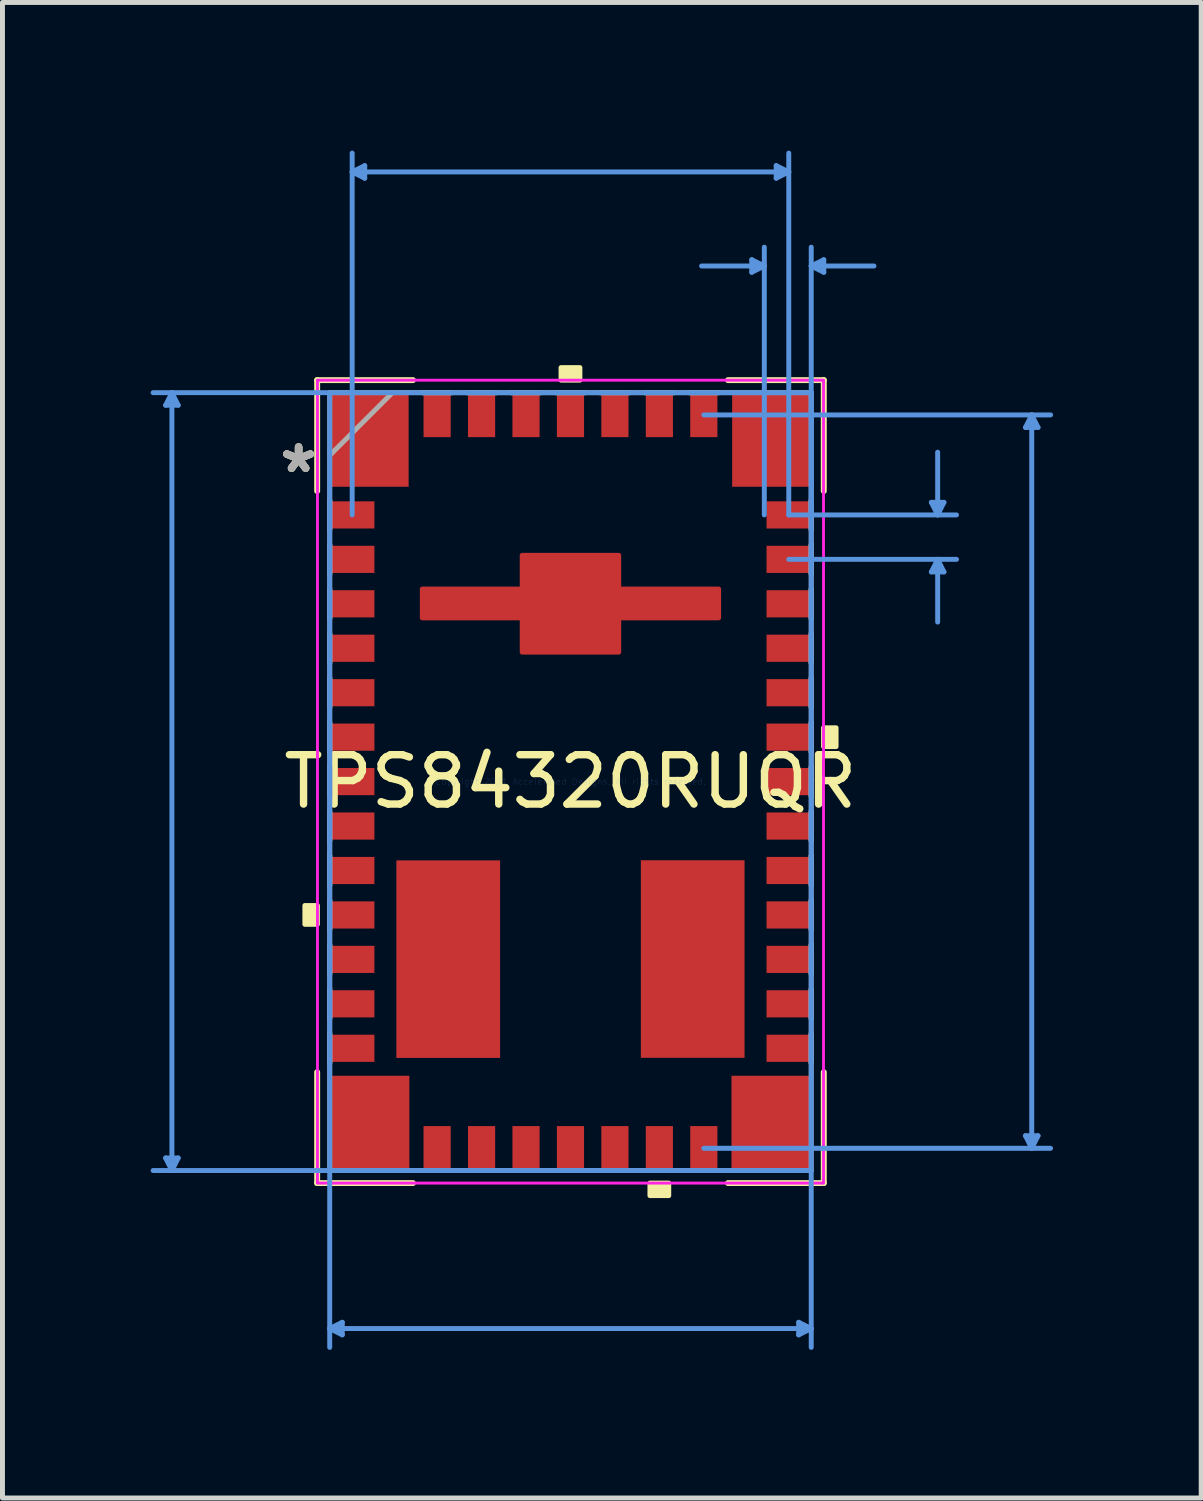
<source format=kicad_pcb>
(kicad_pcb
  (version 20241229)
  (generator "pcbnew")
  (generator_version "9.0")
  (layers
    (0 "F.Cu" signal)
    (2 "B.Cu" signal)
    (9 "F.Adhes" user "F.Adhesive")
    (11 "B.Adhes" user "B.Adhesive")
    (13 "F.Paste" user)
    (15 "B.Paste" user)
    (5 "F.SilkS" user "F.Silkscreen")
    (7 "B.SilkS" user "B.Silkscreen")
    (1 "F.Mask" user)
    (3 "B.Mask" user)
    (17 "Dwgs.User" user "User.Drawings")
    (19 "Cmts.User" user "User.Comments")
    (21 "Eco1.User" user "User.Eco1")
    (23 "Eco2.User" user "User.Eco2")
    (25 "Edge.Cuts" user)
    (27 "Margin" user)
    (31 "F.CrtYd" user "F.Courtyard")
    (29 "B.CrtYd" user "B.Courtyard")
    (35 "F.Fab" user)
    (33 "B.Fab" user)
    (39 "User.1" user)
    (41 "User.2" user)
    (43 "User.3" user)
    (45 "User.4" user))
  (footprint "TPS84320RUQR"
    (layer "F.Cu")
    (at 8.501 12.776)
    (property "Reference" "TPS84320RUQR" (at 0 0 0) (layer "F.SilkS") (effects (font (size 1 1) (thickness 0.15))))
    (attr through_hole)
    (fp_poly (pts (xy -3 -3.899) (xy -3 -3.316) (xy -0.977 -3.316) (xy -0.977 -2.622) (xy 0.977 -2.622) (xy 0.977 -3.316) (xy 3 -3.316) (xy 3 -3.899) (xy 0.977 -3.899) (xy 0.977 -4.581) (xy -0.977 -4.581) (xy -0.977 -3.899)) (stroke (width 0.1) (type solid)) (fill yes) (layer "F.Cu"))
    (fp_poly (pts (xy -4.94 -5.745) (xy -4.94 -5.054) (xy -3.9 -5.054) (xy -3.9 -5.745)) (stroke (width 0.1) (type solid)) (fill yes) (layer "F.Mask"))
    (fp_poly (pts (xy -4.94 -4.845) (xy -4.94 -4.155) (xy -3.9 -4.155) (xy -3.9 -4.845)) (stroke (width 0.1) (type solid)) (fill yes) (layer "F.Mask"))
    (fp_poly (pts (xy -4.94 -3.945) (xy -4.94 -3.255) (xy -3.9 -3.255) (xy -3.9 -3.945)) (stroke (width 0.1) (type solid)) (fill yes) (layer "F.Mask"))
    (fp_poly (pts (xy -4.94 -3.045) (xy -4.94 -2.355) (xy -3.9 -2.355) (xy -3.9 -3.045)) (stroke (width 0.1) (type solid)) (fill yes) (layer "F.Mask"))
    (fp_poly (pts (xy -4.94 -2.145) (xy -4.94 -1.455) (xy -3.9 -1.455) (xy -3.9 -2.145)) (stroke (width 0.1) (type solid)) (fill yes) (layer "F.Mask"))
    (fp_poly (pts (xy -4.94 -1.245) (xy -4.94 -0.555) (xy -3.9 -0.555) (xy -3.9 -1.245)) (stroke (width 0.1) (type solid)) (fill yes) (layer "F.Mask"))
    (fp_poly (pts (xy -4.94 -0.345) (xy -4.94 0.345) (xy -3.9 0.345) (xy -3.9 -0.345)) (stroke (width 0.1) (type solid)) (fill yes) (layer "F.Mask"))
    (fp_poly (pts (xy -4.94 0.555) (xy -4.94 1.245) (xy -3.9 1.245) (xy -3.9 0.555)) (stroke (width 0.1) (type solid)) (fill yes) (layer "F.Mask"))
    (fp_poly (pts (xy -4.94 1.455) (xy -4.94 2.145) (xy -3.9 2.145) (xy -3.9 1.455)) (stroke (width 0.1) (type solid)) (fill yes) (layer "F.Mask"))
    (fp_poly (pts (xy -4.94 2.355) (xy -4.94 3.045) (xy -3.9 3.045) (xy -3.9 2.355)) (stroke (width 0.1) (type solid)) (fill yes) (layer "F.Mask"))
    (fp_poly (pts (xy -4.94 3.255) (xy -4.94 3.945) (xy -3.9 3.945) (xy -3.9 3.255)) (stroke (width 0.1) (type solid)) (fill yes) (layer "F.Mask"))
    (fp_poly (pts (xy -4.94 4.155) (xy -4.94 4.845) (xy -3.9 4.845) (xy -3.9 4.155)) (stroke (width 0.1) (type solid)) (fill yes) (layer "F.Mask"))
    (fp_poly (pts (xy -4.94 5.054) (xy -4.94 5.745) (xy -3.9 5.745) (xy -3.9 5.054)) (stroke (width 0.1) (type solid)) (fill yes) (layer "F.Mask"))
    (fp_poly (pts (xy -4.665 -7.57) (xy -4.665 -5.958) (xy -3.285 -5.958) (xy -3.285 -7.57)) (stroke (width 0.1) (type solid)) (fill yes) (layer "F.Mask"))
    (fp_poly (pts (xy -4.665 5.958) (xy -4.665 7.57) (xy -3.285 7.57) (xy -3.285 5.958)) (stroke (width 0.1) (type solid)) (fill yes) (layer "F.Mask"))
    (fp_poly (pts (xy -3.045 -7.945) (xy -3.045 -6.905) (xy -2.355 -6.905) (xy -2.355 -7.945)) (stroke (width 0.1) (type solid)) (fill yes) (layer "F.Mask"))
    (fp_poly (pts (xy -3.045 6.905) (xy -3.045 7.945) (xy -2.355 7.945) (xy -2.355 6.905)) (stroke (width 0.1) (type solid)) (fill yes) (layer "F.Mask"))
    (fp_poly (pts (xy -2.145 -7.945) (xy -2.145 -6.905) (xy -1.455 -6.905) (xy -1.455 -7.945)) (stroke (width 0.1) (type solid)) (fill yes) (layer "F.Mask"))
    (fp_poly (pts (xy -2.145 6.905) (xy -2.145 7.945) (xy -1.455 7.945) (xy -1.455 6.905)) (stroke (width 0.1) (type solid)) (fill yes) (layer "F.Mask"))
    (fp_poly (pts (xy -1.245 -7.945) (xy -1.245 -6.905) (xy -0.555 -6.905) (xy -0.555 -7.945)) (stroke (width 0.1) (type solid)) (fill yes) (layer "F.Mask"))
    (fp_poly (pts (xy -1.245 6.905) (xy -1.245 7.945) (xy -0.555 7.945) (xy -0.555 6.905)) (stroke (width 0.1) (type solid)) (fill yes) (layer "F.Mask"))
    (fp_poly (pts (xy -0.345 -7.945) (xy -0.345 -6.905) (xy 0.345 -6.905) (xy 0.345 -7.945)) (stroke (width 0.1) (type solid)) (fill yes) (layer "F.Mask"))
    (fp_poly (pts (xy -0.345 6.905) (xy -0.345 7.945) (xy 0.345 7.945) (xy 0.345 6.905)) (stroke (width 0.1) (type solid)) (fill yes) (layer "F.Mask"))
    (fp_poly (pts (xy 0.555 -7.945) (xy 0.555 -6.905) (xy 1.245 -6.905) (xy 1.245 -7.945)) (stroke (width 0.1) (type solid)) (fill yes) (layer "F.Mask"))
    (fp_poly (pts (xy 0.555 6.905) (xy 0.555 7.945) (xy 1.245 7.945) (xy 1.245 6.905)) (stroke (width 0.1) (type solid)) (fill yes) (layer "F.Mask"))
    (fp_poly (pts (xy 1.455 -7.945) (xy 1.455 -6.905) (xy 2.145 -6.905) (xy 2.145 -7.945)) (stroke (width 0.1) (type solid)) (fill yes) (layer "F.Mask"))
    (fp_poly (pts (xy 1.455 6.905) (xy 1.455 7.945) (xy 2.145 7.945) (xy 2.145 6.905)) (stroke (width 0.1) (type solid)) (fill yes) (layer "F.Mask"))
    (fp_poly (pts (xy 2.355 -7.945) (xy 2.355 -6.905) (xy 3.045 -6.905) (xy 3.045 -7.945)) (stroke (width 0.1) (type solid)) (fill yes) (layer "F.Mask"))
    (fp_poly (pts (xy 2.355 6.905) (xy 2.355 7.945) (xy 3.045 7.945) (xy 3.045 6.905)) (stroke (width 0.1) (type solid)) (fill yes) (layer "F.Mask"))
    (fp_poly (pts (xy 3.285 -7.57) (xy 3.285 -5.958) (xy 4.665 -5.958) (xy 4.665 -7.57)) (stroke (width 0.1) (type solid)) (fill yes) (layer "F.Mask"))
    (fp_poly (pts (xy 3.285 5.958) (xy 3.285 7.57) (xy 4.665 7.57) (xy 4.665 5.958)) (stroke (width 0.1) (type solid)) (fill yes) (layer "F.Mask"))
    (fp_poly (pts (xy 3.9 -5.745) (xy 3.9 -5.054) (xy 4.94 -5.054) (xy 4.94 -5.745)) (stroke (width 0.1) (type solid)) (fill yes) (layer "F.Mask"))
    (fp_poly (pts (xy 3.9 -4.845) (xy 3.9 -4.155) (xy 4.94 -4.155) (xy 4.94 -4.845)) (stroke (width 0.1) (type solid)) (fill yes) (layer "F.Mask"))
    (fp_poly (pts (xy 3.9 -3.945) (xy 3.9 -3.255) (xy 4.94 -3.255) (xy 4.94 -3.945)) (stroke (width 0.1) (type solid)) (fill yes) (layer "F.Mask"))
    (fp_poly (pts (xy 3.9 -3.045) (xy 3.9 -2.355) (xy 4.94 -2.355) (xy 4.94 -3.045)) (stroke (width 0.1) (type solid)) (fill yes) (layer "F.Mask"))
    (fp_poly (pts (xy 3.9 -2.145) (xy 3.9 -1.455) (xy 4.94 -1.455) (xy 4.94 -2.145)) (stroke (width 0.1) (type solid)) (fill yes) (layer "F.Mask"))
    (fp_poly (pts (xy 3.9 -1.245) (xy 3.9 -0.555) (xy 4.94 -0.555) (xy 4.94 -1.245)) (stroke (width 0.1) (type solid)) (fill yes) (layer "F.Mask"))
    (fp_poly (pts (xy 3.9 -0.345) (xy 3.9 0.345) (xy 4.94 0.345) (xy 4.94 -0.345)) (stroke (width 0.1) (type solid)) (fill yes) (layer "F.Mask"))
    (fp_poly (pts (xy 3.9 0.555) (xy 3.9 1.245) (xy 4.94 1.245) (xy 4.94 0.555)) (stroke (width 0.1) (type solid)) (fill yes) (layer "F.Mask"))
    (fp_poly (pts (xy 3.9 1.455) (xy 3.9 2.145) (xy 4.94 2.145) (xy 4.94 1.455)) (stroke (width 0.1) (type solid)) (fill yes) (layer "F.Mask"))
    (fp_poly (pts (xy 3.9 2.355) (xy 3.9 3.045) (xy 4.94 3.045) (xy 4.94 2.355)) (stroke (width 0.1) (type solid)) (fill yes) (layer "F.Mask"))
    (fp_poly (pts (xy 3.9 3.255) (xy 3.9 3.945) (xy 4.94 3.945) (xy 4.94 3.255)) (stroke (width 0.1) (type solid)) (fill yes) (layer "F.Mask"))
    (fp_poly (pts (xy 3.9 4.155) (xy 3.9 4.845) (xy 4.94 4.845) (xy 4.94 4.155)) (stroke (width 0.1) (type solid)) (fill yes) (layer "F.Mask"))
    (fp_poly (pts (xy 3.9 5.054) (xy 3.9 5.745) (xy 4.94 5.745) (xy 4.94 5.054)) (stroke (width 0.1) (type solid)) (fill yes) (layer "F.Mask"))
    (fp_line (start -5.129 -8.129) (end -5.129 -5.883) (stroke (width 0.12) (type solid)) (layer "F.SilkS"))
    (fp_line (start -5.129 5.883) (end -5.129 8.129) (stroke (width 0.12) (type solid)) (layer "F.SilkS"))
    (fp_line (start -5.129 8.129) (end -3.19 8.129) (stroke (width 0.12) (type solid)) (layer "F.SilkS"))
    (fp_line (start -3.19 -8.129) (end -5.129 -8.129) (stroke (width 0.12) (type solid)) (layer "F.SilkS"))
    (fp_line (start 3.19 8.129) (end 5.129 8.129) (stroke (width 0.12) (type solid)) (layer "F.SilkS"))
    (fp_line (start 5.129 -8.129) (end 3.19 -8.129) (stroke (width 0.12) (type solid)) (layer "F.SilkS"))
    (fp_line (start 5.129 -5.883) (end 5.129 -8.129) (stroke (width 0.12) (type solid)) (layer "F.SilkS"))
    (fp_line (start 5.129 8.129) (end 5.129 5.883) (stroke (width 0.12) (type solid)) (layer "F.SilkS"))
    (fp_poly (pts (xy -5.378 2.509) (xy -5.378 2.89) (xy -5.124 2.89) (xy -5.124 2.509)) (stroke (width 0.1) (type solid)) (fill yes) (layer "F.SilkS"))
    (fp_poly (pts (xy -0.191 -8.129) (xy -0.191 -8.383) (xy 0.191 -8.383) (xy 0.191 -8.129)) (stroke (width 0.1) (type solid)) (fill yes) (layer "F.SilkS"))
    (fp_poly (pts (xy 1.609 8.129) (xy 1.609 8.383) (xy 1.99 8.383) (xy 1.99 8.129)) (stroke (width 0.1) (type solid)) (fill yes) (layer "F.SilkS"))
    (fp_poly (pts (xy 5.378 -1.09) (xy 5.378 -0.709) (xy 5.124 -0.709) (xy 5.124 -1.09)) (stroke (width 0.1) (type solid)) (fill yes) (layer "F.SilkS"))
    (fp_poly (pts (xy -4.845 -5.65) (xy -4.845 -5.149) (xy -3.995 -5.149) (xy -3.995 -5.65)) (stroke (width 0.1) (type solid)) (fill yes) (layer "F.Paste"))
    (fp_poly (pts (xy -4.845 -4.75) (xy -4.845 -4.25) (xy -3.995 -4.25) (xy -3.995 -4.75)) (stroke (width 0.1) (type solid)) (fill yes) (layer "F.Paste"))
    (fp_poly (pts (xy -4.845 -3.85) (xy -4.845 -3.35) (xy -3.995 -3.35) (xy -3.995 -3.85)) (stroke (width 0.1) (type solid)) (fill yes) (layer "F.Paste"))
    (fp_poly (pts (xy -4.845 -2.95) (xy -4.845 -2.45) (xy -3.995 -2.45) (xy -3.995 -2.95)) (stroke (width 0.1) (type solid)) (fill yes) (layer "F.Paste"))
    (fp_poly (pts (xy -4.845 -2.05) (xy -4.845 -1.55) (xy -3.995 -1.55) (xy -3.995 -2.05)) (stroke (width 0.1) (type solid)) (fill yes) (layer "F.Paste"))
    (fp_poly (pts (xy -4.845 -1.15) (xy -4.845 -0.65) (xy -3.995 -0.65) (xy -3.995 -1.15)) (stroke (width 0.1) (type solid)) (fill yes) (layer "F.Paste"))
    (fp_poly (pts (xy -4.845 -0.25) (xy -4.845 0.25) (xy -3.995 0.25) (xy -3.995 -0.25)) (stroke (width 0.1) (type solid)) (fill yes) (layer "F.Paste"))
    (fp_poly (pts (xy -4.845 0.65) (xy -4.845 1.15) (xy -3.995 1.15) (xy -3.995 0.65)) (stroke (width 0.1) (type solid)) (fill yes) (layer "F.Paste"))
    (fp_poly (pts (xy -4.845 1.55) (xy -4.845 2.05) (xy -3.995 2.05) (xy -3.995 1.55)) (stroke (width 0.1) (type solid)) (fill yes) (layer "F.Paste"))
    (fp_poly (pts (xy -4.845 2.45) (xy -4.845 2.95) (xy -3.995 2.95) (xy -3.995 2.45)) (stroke (width 0.1) (type solid)) (fill yes) (layer "F.Paste"))
    (fp_poly (pts (xy -4.845 3.35) (xy -4.845 3.85) (xy -3.995 3.85) (xy -3.995 3.35)) (stroke (width 0.1) (type solid)) (fill yes) (layer "F.Paste"))
    (fp_poly (pts (xy -4.845 4.25) (xy -4.845 4.75) (xy -3.995 4.75) (xy -3.995 4.25)) (stroke (width 0.1) (type solid)) (fill yes) (layer "F.Paste"))
    (fp_poly (pts (xy -4.845 5.149) (xy -4.845 5.65) (xy -3.995 5.65) (xy -3.995 5.149)) (stroke (width 0.1) (type solid)) (fill yes) (layer "F.Paste"))
    (fp_poly (pts (xy -4.57 -7.475) (xy -4.57 -6.053) (xy -3.38 -6.053) (xy -3.38 -7.475)) (stroke (width 0.1) (type solid)) (fill yes) (layer "F.Paste"))
    (fp_poly (pts (xy -4.57 6.053) (xy -4.57 7.475) (xy -3.38 7.475) (xy -3.38 6.053)) (stroke (width 0.1) (type solid)) (fill yes) (layer "F.Paste"))
    (fp_poly (pts (xy -3.251 1.829) (xy -3.251 3.454) (xy -2.616 3.454) (xy -2.616 1.829)) (stroke (width 0.1) (type solid)) (fill yes) (layer "F.Paste"))
    (fp_poly (pts (xy -3.251 3.708) (xy -3.251 5.334) (xy -2.616 5.334) (xy -2.616 3.708)) (stroke (width 0.1) (type solid)) (fill yes) (layer "F.Paste"))
    (fp_poly (pts (xy -2.95 -7.85) (xy -2.95 -7) (xy -2.45 -7) (xy -2.45 -7.85)) (stroke (width 0.1) (type solid)) (fill yes) (layer "F.Paste"))
    (fp_poly (pts (xy -2.95 7) (xy -2.95 7.85) (xy -2.45 7.85) (xy -2.45 7)) (stroke (width 0.1) (type solid)) (fill yes) (layer "F.Paste"))
    (fp_poly (pts (xy -2.311 1.829) (xy -2.311 3.454) (xy -1.676 3.454) (xy -1.676 1.829)) (stroke (width 0.1) (type solid)) (fill yes) (layer "F.Paste"))
    (fp_poly (pts (xy -2.311 3.708) (xy -2.311 5.334) (xy -1.676 5.334) (xy -1.676 3.708)) (stroke (width 0.1) (type solid)) (fill yes) (layer "F.Paste"))
    (fp_poly (pts (xy -2.05 -7.85) (xy -2.05 -7) (xy -1.55 -7) (xy -1.55 -7.85)) (stroke (width 0.1) (type solid)) (fill yes) (layer "F.Paste"))
    (fp_poly (pts (xy -2.05 7) (xy -2.05 7.85) (xy -1.55 7.85) (xy -1.55 7)) (stroke (width 0.1) (type solid)) (fill yes) (layer "F.Paste"))
    (fp_poly (pts (xy -1.15 -7.85) (xy -1.15 -7) (xy -0.65 -7) (xy -0.65 -7.85)) (stroke (width 0.1) (type solid)) (fill yes) (layer "F.Paste"))
    (fp_poly (pts (xy -1.15 7) (xy -1.15 7.85) (xy -0.65 7.85) (xy -0.65 7)) (stroke (width 0.1) (type solid)) (fill yes) (layer "F.Paste"))
    (fp_poly (pts (xy -0.975 -4.58) (xy -0.975 -2.63) (xy 0.975 -2.63) (xy 0.975 -4.58)) (stroke (width 0.1) (type solid)) (fill yes) (layer "F.Paste"))
    (fp_poly (pts (xy -0.762 -4.369) (xy -0.762 -3.734) (xy -0.127 -3.734) (xy -0.127 -4.369)) (stroke (width 0.1) (type solid)) (fill yes) (layer "F.Paste"))
    (fp_poly (pts (xy -0.762 -3.48) (xy -0.762 -2.845) (xy -0.127 -2.845) (xy -0.127 -3.48)) (stroke (width 0.1) (type solid)) (fill yes) (layer "F.Paste"))
    (fp_poly (pts (xy -0.25 -7.85) (xy -0.25 -7) (xy 0.25 -7) (xy 0.25 -7.85)) (stroke (width 0.1) (type solid)) (fill yes) (layer "F.Paste"))
    (fp_poly (pts (xy -0.25 7) (xy -0.25 7.85) (xy 0.25 7.85) (xy 0.25 7)) (stroke (width 0.1) (type solid)) (fill yes) (layer "F.Paste"))
    (fp_poly (pts (xy 0.127 -4.369) (xy 0.127 -3.734) (xy 0.762 -3.734) (xy 0.762 -4.369)) (stroke (width 0.1) (type solid)) (fill yes) (layer "F.Paste"))
    (fp_poly (pts (xy 0.127 -3.48) (xy 0.127 -2.845) (xy 0.762 -2.845) (xy 0.762 -3.48)) (stroke (width 0.1) (type solid)) (fill yes) (layer "F.Paste"))
    (fp_poly (pts (xy 0.65 -7.85) (xy 0.65 -7) (xy 1.15 -7) (xy 1.15 -7.85)) (stroke (width 0.1) (type solid)) (fill yes) (layer "F.Paste"))
    (fp_poly (pts (xy 0.65 7) (xy 0.65 7.85) (xy 1.15 7.85) (xy 1.15 7)) (stroke (width 0.1) (type solid)) (fill yes) (layer "F.Paste"))
    (fp_poly (pts (xy 1.55 -7.85) (xy 1.55 -7) (xy 2.05 -7) (xy 2.05 -7.85)) (stroke (width 0.1) (type solid)) (fill yes) (layer "F.Paste"))
    (fp_poly (pts (xy 1.55 7) (xy 1.55 7.85) (xy 2.05 7.85) (xy 2.05 7)) (stroke (width 0.1) (type solid)) (fill yes) (layer "F.Paste"))
    (fp_poly (pts (xy 1.676 1.829) (xy 1.676 3.454) (xy 2.311 3.454) (xy 2.311 1.829)) (stroke (width 0.1) (type solid)) (fill yes) (layer "F.Paste"))
    (fp_poly (pts (xy 1.676 3.708) (xy 1.676 5.334) (xy 2.311 5.334) (xy 2.311 3.708)) (stroke (width 0.1) (type solid)) (fill yes) (layer "F.Paste"))
    (fp_poly (pts (xy 2.45 -7.85) (xy 2.45 -7) (xy 2.95 -7) (xy 2.95 -7.85)) (stroke (width 0.1) (type solid)) (fill yes) (layer "F.Paste"))
    (fp_poly (pts (xy 2.45 7) (xy 2.45 7.85) (xy 2.95 7.85) (xy 2.95 7)) (stroke (width 0.1) (type solid)) (fill yes) (layer "F.Paste"))
    (fp_poly (pts (xy 2.616 1.829) (xy 2.616 3.454) (xy 3.251 3.454) (xy 3.251 1.829)) (stroke (width 0.1) (type solid)) (fill yes) (layer "F.Paste"))
    (fp_poly (pts (xy 2.616 3.708) (xy 2.616 5.334) (xy 3.251 5.334) (xy 3.251 3.708)) (stroke (width 0.1) (type solid)) (fill yes) (layer "F.Paste"))
    (fp_poly (pts (xy 3.38 -7.475) (xy 3.38 -6.053) (xy 4.57 -6.053) (xy 4.57 -7.475)) (stroke (width 0.1) (type solid)) (fill yes) (layer "F.Paste"))
    (fp_poly (pts (xy 3.38 6.053) (xy 3.38 7.475) (xy 4.57 7.475) (xy 4.57 6.053)) (stroke (width 0.1) (type solid)) (fill yes) (layer "F.Paste"))
    (fp_poly (pts (xy 3.995 -5.65) (xy 3.995 -5.149) (xy 4.845 -5.149) (xy 4.845 -5.65)) (stroke (width 0.1) (type solid)) (fill yes) (layer "F.Paste"))
    (fp_poly (pts (xy 3.995 -4.75) (xy 3.995 -4.25) (xy 4.845 -4.25) (xy 4.845 -4.75)) (stroke (width 0.1) (type solid)) (fill yes) (layer "F.Paste"))
    (fp_poly (pts (xy 3.995 -3.85) (xy 3.995 -3.35) (xy 4.845 -3.35) (xy 4.845 -3.85)) (stroke (width 0.1) (type solid)) (fill yes) (layer "F.Paste"))
    (fp_poly (pts (xy 3.995 -2.95) (xy 3.995 -2.45) (xy 4.845 -2.45) (xy 4.845 -2.95)) (stroke (width 0.1) (type solid)) (fill yes) (layer "F.Paste"))
    (fp_poly (pts (xy 3.995 -2.05) (xy 3.995 -1.55) (xy 4.845 -1.55) (xy 4.845 -2.05)) (stroke (width 0.1) (type solid)) (fill yes) (layer "F.Paste"))
    (fp_poly (pts (xy 3.995 -1.15) (xy 3.995 -0.65) (xy 4.845 -0.65) (xy 4.845 -1.15)) (stroke (width 0.1) (type solid)) (fill yes) (layer "F.Paste"))
    (fp_poly (pts (xy 3.995 -0.25) (xy 3.995 0.25) (xy 4.845 0.25) (xy 4.845 -0.25)) (stroke (width 0.1) (type solid)) (fill yes) (layer "F.Paste"))
    (fp_poly (pts (xy 3.995 0.65) (xy 3.995 1.15) (xy 4.845 1.15) (xy 4.845 0.65)) (stroke (width 0.1) (type solid)) (fill yes) (layer "F.Paste"))
    (fp_poly (pts (xy 3.995 1.55) (xy 3.995 2.05) (xy 4.845 2.05) (xy 4.845 1.55)) (stroke (width 0.1) (type solid)) (fill yes) (layer "F.Paste"))
    (fp_poly (pts (xy 3.995 2.45) (xy 3.995 2.95) (xy 4.845 2.95) (xy 4.845 2.45)) (stroke (width 0.1) (type solid)) (fill yes) (layer "F.Paste"))
    (fp_poly (pts (xy 3.995 3.35) (xy 3.995 3.85) (xy 4.845 3.85) (xy 4.845 3.35)) (stroke (width 0.1) (type solid)) (fill yes) (layer "F.Paste"))
    (fp_poly (pts (xy 3.995 4.25) (xy 3.995 4.75) (xy 4.845 4.75) (xy 4.845 4.25)) (stroke (width 0.1) (type solid)) (fill yes) (layer "F.Paste"))
    (fp_poly (pts (xy 3.995 5.149) (xy 3.995 5.65) (xy 4.845 5.65) (xy 4.845 5.149)) (stroke (width 0.1) (type solid)) (fill yes) (layer "F.Paste"))
    (fp_line (start -8.197 -7.621) (end -7.943 -7.621) (stroke (width 0.1) (type solid)) (layer "Cmts.User"))
    (fp_line (start -8.197 7.621) (end -7.943 7.621) (stroke (width 0.1) (type solid)) (layer "Cmts.User"))
    (fp_line (start -8.07 -7.875) (end -8.197 -7.621) (stroke (width 0.1) (type solid)) (layer "Cmts.User"))
    (fp_line (start -8.07 -7.875) (end -8.07 7.875) (stroke (width 0.1) (type solid)) (layer "Cmts.User"))
    (fp_line (start -8.07 -7.875) (end -7.943 -7.621) (stroke (width 0.1) (type solid)) (layer "Cmts.User"))
    (fp_line (start -8.07 7.875) (end -8.197 7.621) (stroke (width 0.1) (type solid)) (layer "Cmts.User"))
    (fp_line (start -8.07 7.875) (end -7.943 7.621) (stroke (width 0.1) (type solid)) (layer "Cmts.User"))
    (fp_line (start -4.875 -7.875) (end -4.875 11.456) (stroke (width 0.1) (type solid)) (layer "Cmts.User"))
    (fp_line (start -4.875 11.075) (end -4.621 10.948) (stroke (width 0.1) (type solid)) (layer "Cmts.User"))
    (fp_line (start -4.875 11.075) (end -4.621 11.202) (stroke (width 0.1) (type solid)) (layer "Cmts.User"))
    (fp_line (start -4.875 11.075) (end 4.875 11.075) (stroke (width 0.1) (type solid)) (layer "Cmts.User"))
    (fp_line (start -4.621 10.948) (end -4.621 11.202) (stroke (width 0.1) (type solid)) (layer "Cmts.User"))
    (fp_line (start -4.42 -12.345) (end -4.166 -12.472) (stroke (width 0.1) (type solid)) (layer "Cmts.User"))
    (fp_line (start -4.42 -12.345) (end -4.166 -12.218) (stroke (width 0.1) (type solid)) (layer "Cmts.User"))
    (fp_line (start -4.42 -12.345) (end 4.42 -12.345) (stroke (width 0.1) (type solid)) (layer "Cmts.User"))
    (fp_line (start -4.42 -5.4) (end -4.42 -12.726) (stroke (width 0.1) (type solid)) (layer "Cmts.User"))
    (fp_line (start -4.166 -12.472) (end -4.166 -12.218) (stroke (width 0.1) (type solid)) (layer "Cmts.User"))
    (fp_line (start 2.7 -7.425) (end 9.721 -7.425) (stroke (width 0.1) (type solid)) (layer "Cmts.User"))
    (fp_line (start 2.7 7.425) (end 9.721 7.425) (stroke (width 0.1) (type solid)) (layer "Cmts.User"))
    (fp_line (start 3.671 -10.567) (end 3.671 -10.313) (stroke (width 0.1) (type solid)) (layer "Cmts.User"))
    (fp_line (start 3.925 -10.44) (end 2.655 -10.44) (stroke (width 0.1) (type solid)) (layer "Cmts.User"))
    (fp_line (start 3.925 -10.44) (end 3.671 -10.567) (stroke (width 0.1) (type solid)) (layer "Cmts.User"))
    (fp_line (start 3.925 -10.44) (end 3.671 -10.313) (stroke (width 0.1) (type solid)) (layer "Cmts.User"))
    (fp_line (start 3.925 -5.4) (end 3.925 -10.821) (stroke (width 0.1) (type solid)) (layer "Cmts.User"))
    (fp_line (start 4.166 -12.472) (end 4.166 -12.218) (stroke (width 0.1) (type solid)) (layer "Cmts.User"))
    (fp_line (start 4.42 -12.345) (end 4.166 -12.472) (stroke (width 0.1) (type solid)) (layer "Cmts.User"))
    (fp_line (start 4.42 -12.345) (end 4.166 -12.218) (stroke (width 0.1) (type solid)) (layer "Cmts.User"))
    (fp_line (start 4.42 -5.4) (end 4.42 -12.726) (stroke (width 0.1) (type solid)) (layer "Cmts.User"))
    (fp_line (start 4.42 -5.4) (end 7.816 -5.4) (stroke (width 0.1) (type solid)) (layer "Cmts.User"))
    (fp_line (start 4.42 -4.5) (end 7.816 -4.5) (stroke (width 0.1) (type solid)) (layer "Cmts.User"))
    (fp_line (start 4.621 10.948) (end 4.621 11.202) (stroke (width 0.1) (type solid)) (layer "Cmts.User"))
    (fp_line (start 4.875 -10.44) (end 5.129 -10.567) (stroke (width 0.1) (type solid)) (layer "Cmts.User"))
    (fp_line (start 4.875 -10.44) (end 5.129 -10.313) (stroke (width 0.1) (type solid)) (layer "Cmts.User"))
    (fp_line (start 4.875 -10.44) (end 6.145 -10.44) (stroke (width 0.1) (type solid)) (layer "Cmts.User"))
    (fp_line (start 4.875 -7.875) (end -8.451 -7.875) (stroke (width 0.1) (type solid)) (layer "Cmts.User"))
    (fp_line (start 4.875 -7.875) (end 4.875 11.456) (stroke (width 0.1) (type solid)) (layer "Cmts.User"))
    (fp_line (start 4.875 -5.4) (end 4.875 -10.821) (stroke (width 0.1) (type solid)) (layer "Cmts.User"))
    (fp_line (start 4.875 7.875) (end -8.451 7.875) (stroke (width 0.1) (type solid)) (layer "Cmts.User"))
    (fp_line (start 4.875 11.075) (end 4.621 10.948) (stroke (width 0.1) (type solid)) (layer "Cmts.User"))
    (fp_line (start 4.875 11.075) (end 4.621 11.202) (stroke (width 0.1) (type solid)) (layer "Cmts.User"))
    (fp_line (start 5.129 -10.567) (end 5.129 -10.313) (stroke (width 0.1) (type solid)) (layer "Cmts.User"))
    (fp_line (start 7.308 -5.654) (end 7.562 -5.654) (stroke (width 0.1) (type solid)) (layer "Cmts.User"))
    (fp_line (start 7.308 -4.246) (end 7.562 -4.246) (stroke (width 0.1) (type solid)) (layer "Cmts.User"))
    (fp_line (start 7.435 -5.4) (end 7.308 -5.654) (stroke (width 0.1) (type solid)) (layer "Cmts.User"))
    (fp_line (start 7.435 -5.4) (end 7.435 -6.67) (stroke (width 0.1) (type solid)) (layer "Cmts.User"))
    (fp_line (start 7.435 -5.4) (end 7.562 -5.654) (stroke (width 0.1) (type solid)) (layer "Cmts.User"))
    (fp_line (start 7.435 -4.5) (end 7.308 -4.246) (stroke (width 0.1) (type solid)) (layer "Cmts.User"))
    (fp_line (start 7.435 -4.5) (end 7.435 -3.23) (stroke (width 0.1) (type solid)) (layer "Cmts.User"))
    (fp_line (start 7.435 -4.5) (end 7.562 -4.246) (stroke (width 0.1) (type solid)) (layer "Cmts.User"))
    (fp_line (start 9.213 -7.171) (end 9.467 -7.171) (stroke (width 0.1) (type solid)) (layer "Cmts.User"))
    (fp_line (start 9.213 7.171) (end 9.467 7.171) (stroke (width 0.1) (type solid)) (layer "Cmts.User"))
    (fp_line (start 9.34 -7.425) (end 9.213 -7.171) (stroke (width 0.1) (type solid)) (layer "Cmts.User"))
    (fp_line (start 9.34 -7.425) (end 9.34 7.425) (stroke (width 0.1) (type solid)) (layer "Cmts.User"))
    (fp_line (start 9.34 -7.425) (end 9.467 -7.171) (stroke (width 0.1) (type solid)) (layer "Cmts.User"))
    (fp_line (start 9.34 7.425) (end 9.213 7.171) (stroke (width 0.1) (type solid)) (layer "Cmts.User"))
    (fp_line (start 9.34 7.425) (end 9.467 7.171) (stroke (width 0.1) (type solid)) (layer "Cmts.User"))
    (fp_line (start -5.124 -8.129) (end 5.124 -8.129) (stroke (width 0.05) (type solid)) (layer "F.CrtYd"))
    (fp_line (start -5.124 -8.129) (end 5.124 -8.129) (stroke (width 0.05) (type solid)) (layer "F.CrtYd"))
    (fp_line (start -5.124 8.129) (end -5.124 -8.129) (stroke (width 0.05) (type solid)) (layer "F.CrtYd"))
    (fp_line (start -5.124 8.129) (end -5.124 -8.129) (stroke (width 0.05) (type solid)) (layer "F.CrtYd"))
    (fp_line (start 5.124 -8.129) (end 5.124 8.129) (stroke (width 0.05) (type solid)) (layer "F.CrtYd"))
    (fp_line (start 5.124 -8.129) (end 5.124 8.129) (stroke (width 0.05) (type solid)) (layer "F.CrtYd"))
    (fp_line (start 5.124 8.129) (end -5.124 8.129) (stroke (width 0.05) (type solid)) (layer "F.CrtYd"))
    (fp_line (start 5.124 8.129) (end -5.124 8.129) (stroke (width 0.05) (type solid)) (layer "F.CrtYd"))
    (fp_line (start -4.875 -7.875) (end -4.875 7.875) (stroke (width 0.1) (type solid)) (layer "F.Fab"))
    (fp_line (start -4.875 -6.605) (end -3.605 -7.875) (stroke (width 0.1) (type solid)) (layer "F.Fab"))
    (fp_line (start -4.875 -5.7) (end -4.875 -5.7) (stroke (width 0.1) (type solid)) (layer "F.Fab"))
    (fp_line (start -4.875 -5.7) (end -4.875 -5.1) (stroke (width 0.1) (type solid)) (layer "F.Fab"))
    (fp_line (start -4.875 -5.1) (end -4.875 -5.7) (stroke (width 0.1) (type solid)) (layer "F.Fab"))
    (fp_line (start -4.875 -5.1) (end -4.875 -5.1) (stroke (width 0.1) (type solid)) (layer "F.Fab"))
    (fp_line (start -4.875 -4.8) (end -4.875 -4.8) (stroke (width 0.1) (type solid)) (layer "F.Fab"))
    (fp_line (start -4.875 -4.8) (end -4.875 -4.2) (stroke (width 0.1) (type solid)) (layer "F.Fab"))
    (fp_line (start -4.875 -4.2) (end -4.875 -4.8) (stroke (width 0.1) (type solid)) (layer "F.Fab"))
    (fp_line (start -4.875 -4.2) (end -4.875 -4.2) (stroke (width 0.1) (type solid)) (layer "F.Fab"))
    (fp_line (start -4.875 -3.9) (end -4.875 -3.9) (stroke (width 0.1) (type solid)) (layer "F.Fab"))
    (fp_line (start -4.875 -3.9) (end -4.875 -3.3) (stroke (width 0.1) (type solid)) (layer "F.Fab"))
    (fp_line (start -4.875 -3.3) (end -4.875 -3.9) (stroke (width 0.1) (type solid)) (layer "F.Fab"))
    (fp_line (start -4.875 -3.3) (end -4.875 -3.3) (stroke (width 0.1) (type solid)) (layer "F.Fab"))
    (fp_line (start -4.875 -3) (end -4.875 -3) (stroke (width 0.1) (type solid)) (layer "F.Fab"))
    (fp_line (start -4.875 -3) (end -4.875 -2.4) (stroke (width 0.1) (type solid)) (layer "F.Fab"))
    (fp_line (start -4.875 -2.4) (end -4.875 -3) (stroke (width 0.1) (type solid)) (layer "F.Fab"))
    (fp_line (start -4.875 -2.4) (end -4.875 -2.4) (stroke (width 0.1) (type solid)) (layer "F.Fab"))
    (fp_line (start -4.875 -2.1) (end -4.875 -2.1) (stroke (width 0.1) (type solid)) (layer "F.Fab"))
    (fp_line (start -4.875 -2.1) (end -4.875 -1.5) (stroke (width 0.1) (type solid)) (layer "F.Fab"))
    (fp_line (start -4.875 -1.5) (end -4.875 -2.1) (stroke (width 0.1) (type solid)) (layer "F.Fab"))
    (fp_line (start -4.875 -1.5) (end -4.875 -1.5) (stroke (width 0.1) (type solid)) (layer "F.Fab"))
    (fp_line (start -4.875 -1.2) (end -4.875 -1.2) (stroke (width 0.1) (type solid)) (layer "F.Fab"))
    (fp_line (start -4.875 -1.2) (end -4.875 -0.6) (stroke (width 0.1) (type solid)) (layer "F.Fab"))
    (fp_line (start -4.875 -0.6) (end -4.875 -1.2) (stroke (width 0.1) (type solid)) (layer "F.Fab"))
    (fp_line (start -4.875 -0.6) (end -4.875 -0.6) (stroke (width 0.1) (type solid)) (layer "F.Fab"))
    (fp_line (start -4.875 -0.3) (end -4.875 -0.3) (stroke (width 0.1) (type solid)) (layer "F.Fab"))
    (fp_line (start -4.875 -0.3) (end -4.875 0.3) (stroke (width 0.1) (type solid)) (layer "F.Fab"))
    (fp_line (start -4.875 0.3) (end -4.875 -0.3) (stroke (width 0.1) (type solid)) (layer "F.Fab"))
    (fp_line (start -4.875 0.3) (end -4.875 0.3) (stroke (width 0.1) (type solid)) (layer "F.Fab"))
    (fp_line (start -4.875 0.6) (end -4.875 0.6) (stroke (width 0.1) (type solid)) (layer "F.Fab"))
    (fp_line (start -4.875 0.6) (end -4.875 1.2) (stroke (width 0.1) (type solid)) (layer "F.Fab"))
    (fp_line (start -4.875 1.2) (end -4.875 0.6) (stroke (width 0.1) (type solid)) (layer "F.Fab"))
    (fp_line (start -4.875 1.2) (end -4.875 1.2) (stroke (width 0.1) (type solid)) (layer "F.Fab"))
    (fp_line (start -4.875 1.5) (end -4.875 1.5) (stroke (width 0.1) (type solid)) (layer "F.Fab"))
    (fp_line (start -4.875 1.5) (end -4.875 2.1) (stroke (width 0.1) (type solid)) (layer "F.Fab"))
    (fp_line (start -4.875 2.1) (end -4.875 1.5) (stroke (width 0.1) (type solid)) (layer "F.Fab"))
    (fp_line (start -4.875 2.1) (end -4.875 2.1) (stroke (width 0.1) (type solid)) (layer "F.Fab"))
    (fp_line (start -4.875 2.4) (end -4.875 2.4) (stroke (width 0.1) (type solid)) (layer "F.Fab"))
    (fp_line (start -4.875 2.4) (end -4.875 3) (stroke (width 0.1) (type solid)) (layer "F.Fab"))
    (fp_line (start -4.875 3) (end -4.875 2.4) (stroke (width 0.1) (type solid)) (layer "F.Fab"))
    (fp_line (start -4.875 3) (end -4.875 3) (stroke (width 0.1) (type solid)) (layer "F.Fab"))
    (fp_line (start -4.875 3.3) (end -4.875 3.3) (stroke (width 0.1) (type solid)) (layer "F.Fab"))
    (fp_line (start -4.875 3.3) (end -4.875 3.9) (stroke (width 0.1) (type solid)) (layer "F.Fab"))
    (fp_line (start -4.875 3.9) (end -4.875 3.3) (stroke (width 0.1) (type solid)) (layer "F.Fab"))
    (fp_line (start -4.875 3.9) (end -4.875 3.9) (stroke (width 0.1) (type solid)) (layer "F.Fab"))
    (fp_line (start -4.875 4.2) (end -4.875 4.2) (stroke (width 0.1) (type solid)) (layer "F.Fab"))
    (fp_line (start -4.875 4.2) (end -4.875 4.8) (stroke (width 0.1) (type solid)) (layer "F.Fab"))
    (fp_line (start -4.875 4.8) (end -4.875 4.2) (stroke (width 0.1) (type solid)) (layer "F.Fab"))
    (fp_line (start -4.875 4.8) (end -4.875 4.8) (stroke (width 0.1) (type solid)) (layer "F.Fab"))
    (fp_line (start -4.875 5.1) (end -4.875 5.1) (stroke (width 0.1) (type solid)) (layer "F.Fab"))
    (fp_line (start -4.875 5.1) (end -4.875 5.7) (stroke (width 0.1) (type solid)) (layer "F.Fab"))
    (fp_line (start -4.875 5.7) (end -4.875 5.1) (stroke (width 0.1) (type solid)) (layer "F.Fab"))
    (fp_line (start -4.875 5.7) (end -4.875 5.7) (stroke (width 0.1) (type solid)) (layer "F.Fab"))
    (fp_line (start -4.875 7.875) (end 4.875 7.875) (stroke (width 0.1) (type solid)) (layer "F.Fab"))
    (fp_line (start -3 -7.875) (end -3 -7.875) (stroke (width 0.1) (type solid)) (layer "F.Fab"))
    (fp_line (start -3 -7.875) (end -2.4 -7.875) (stroke (width 0.1) (type solid)) (layer "F.Fab"))
    (fp_line (start -3 7.875) (end -3 7.875) (stroke (width 0.1) (type solid)) (layer "F.Fab"))
    (fp_line (start -3 7.875) (end -2.4 7.875) (stroke (width 0.1) (type solid)) (layer "F.Fab"))
    (fp_line (start -2.4 -7.875) (end -3 -7.875) (stroke (width 0.1) (type solid)) (layer "F.Fab"))
    (fp_line (start -2.4 -7.875) (end -2.4 -7.875) (stroke (width 0.1) (type solid)) (layer "F.Fab"))
    (fp_line (start -2.4 7.875) (end -3 7.875) (stroke (width 0.1) (type solid)) (layer "F.Fab"))
    (fp_line (start -2.4 7.875) (end -2.4 7.875) (stroke (width 0.1) (type solid)) (layer "F.Fab"))
    (fp_line (start -2.1 -7.875) (end -2.1 -7.875) (stroke (width 0.1) (type solid)) (layer "F.Fab"))
    (fp_line (start -2.1 -7.875) (end -1.5 -7.875) (stroke (width 0.1) (type solid)) (layer "F.Fab"))
    (fp_line (start -2.1 7.875) (end -2.1 7.875) (stroke (width 0.1) (type solid)) (layer "F.Fab"))
    (fp_line (start -2.1 7.875) (end -1.5 7.875) (stroke (width 0.1) (type solid)) (layer "F.Fab"))
    (fp_line (start -1.5 -7.875) (end -2.1 -7.875) (stroke (width 0.1) (type solid)) (layer "F.Fab"))
    (fp_line (start -1.5 -7.875) (end -1.5 -7.875) (stroke (width 0.1) (type solid)) (layer "F.Fab"))
    (fp_line (start -1.5 7.875) (end -2.1 7.875) (stroke (width 0.1) (type solid)) (layer "F.Fab"))
    (fp_line (start -1.5 7.875) (end -1.5 7.875) (stroke (width 0.1) (type solid)) (layer "F.Fab"))
    (fp_line (start -1.2 -7.875) (end -1.2 -7.875) (stroke (width 0.1) (type solid)) (layer "F.Fab"))
    (fp_line (start -1.2 -7.875) (end -0.6 -7.875) (stroke (width 0.1) (type solid)) (layer "F.Fab"))
    (fp_line (start -1.2 7.875) (end -1.2 7.875) (stroke (width 0.1) (type solid)) (layer "F.Fab"))
    (fp_line (start -1.2 7.875) (end -0.6 7.875) (stroke (width 0.1) (type solid)) (layer "F.Fab"))
    (fp_line (start -0.6 -7.875) (end -1.2 -7.875) (stroke (width 0.1) (type solid)) (layer "F.Fab"))
    (fp_line (start -0.6 -7.875) (end -0.6 -7.875) (stroke (width 0.1) (type solid)) (layer "F.Fab"))
    (fp_line (start -0.6 7.875) (end -1.2 7.875) (stroke (width 0.1) (type solid)) (layer "F.Fab"))
    (fp_line (start -0.6 7.875) (end -0.6 7.875) (stroke (width 0.1) (type solid)) (layer "F.Fab"))
    (fp_line (start -0.3 -7.875) (end -0.3 -7.875) (stroke (width 0.1) (type solid)) (layer "F.Fab"))
    (fp_line (start -0.3 -7.875) (end 0.3 -7.875) (stroke (width 0.1) (type solid)) (layer "F.Fab"))
    (fp_line (start -0.3 7.875) (end -0.3 7.875) (stroke (width 0.1) (type solid)) (layer "F.Fab"))
    (fp_line (start -0.3 7.875) (end 0.3 7.875) (stroke (width 0.1) (type solid)) (layer "F.Fab"))
    (fp_line (start 0.3 -7.875) (end -0.3 -7.875) (stroke (width 0.1) (type solid)) (layer "F.Fab"))
    (fp_line (start 0.3 -7.875) (end 0.3 -7.875) (stroke (width 0.1) (type solid)) (layer "F.Fab"))
    (fp_line (start 0.3 7.875) (end -0.3 7.875) (stroke (width 0.1) (type solid)) (layer "F.Fab"))
    (fp_line (start 0.3 7.875) (end 0.3 7.875) (stroke (width 0.1) (type solid)) (layer "F.Fab"))
    (fp_line (start 0.6 -7.875) (end 0.6 -7.875) (stroke (width 0.1) (type solid)) (layer "F.Fab"))
    (fp_line (start 0.6 -7.875) (end 1.2 -7.875) (stroke (width 0.1) (type solid)) (layer "F.Fab"))
    (fp_line (start 0.6 7.875) (end 0.6 7.875) (stroke (width 0.1) (type solid)) (layer "F.Fab"))
    (fp_line (start 0.6 7.875) (end 1.2 7.875) (stroke (width 0.1) (type solid)) (layer "F.Fab"))
    (fp_line (start 1.2 -7.875) (end 0.6 -7.875) (stroke (width 0.1) (type solid)) (layer "F.Fab"))
    (fp_line (start 1.2 -7.875) (end 1.2 -7.875) (stroke (width 0.1) (type solid)) (layer "F.Fab"))
    (fp_line (start 1.2 7.875) (end 0.6 7.875) (stroke (width 0.1) (type solid)) (layer "F.Fab"))
    (fp_line (start 1.2 7.875) (end 1.2 7.875) (stroke (width 0.1) (type solid)) (layer "F.Fab"))
    (fp_line (start 1.5 -7.875) (end 1.5 -7.875) (stroke (width 0.1) (type solid)) (layer "F.Fab"))
    (fp_line (start 1.5 -7.875) (end 2.1 -7.875) (stroke (width 0.1) (type solid)) (layer "F.Fab"))
    (fp_line (start 1.5 7.875) (end 1.5 7.875) (stroke (width 0.1) (type solid)) (layer "F.Fab"))
    (fp_line (start 1.5 7.875) (end 2.1 7.875) (stroke (width 0.1) (type solid)) (layer "F.Fab"))
    (fp_line (start 2.1 -7.875) (end 1.5 -7.875) (stroke (width 0.1) (type solid)) (layer "F.Fab"))
    (fp_line (start 2.1 -7.875) (end 2.1 -7.875) (stroke (width 0.1) (type solid)) (layer "F.Fab"))
    (fp_line (start 2.1 7.875) (end 1.5 7.875) (stroke (width 0.1) (type solid)) (layer "F.Fab"))
    (fp_line (start 2.1 7.875) (end 2.1 7.875) (stroke (width 0.1) (type solid)) (layer "F.Fab"))
    (fp_line (start 2.4 -7.875) (end 2.4 -7.875) (stroke (width 0.1) (type solid)) (layer "F.Fab"))
    (fp_line (start 2.4 -7.875) (end 3 -7.875) (stroke (width 0.1) (type solid)) (layer "F.Fab"))
    (fp_line (start 2.4 7.875) (end 2.4 7.875) (stroke (width 0.1) (type solid)) (layer "F.Fab"))
    (fp_line (start 2.4 7.875) (end 3 7.875) (stroke (width 0.1) (type solid)) (layer "F.Fab"))
    (fp_line (start 3 -7.875) (end 2.4 -7.875) (stroke (width 0.1) (type solid)) (layer "F.Fab"))
    (fp_line (start 3 -7.875) (end 3 -7.875) (stroke (width 0.1) (type solid)) (layer "F.Fab"))
    (fp_line (start 3 7.875) (end 2.4 7.875) (stroke (width 0.1) (type solid)) (layer "F.Fab"))
    (fp_line (start 3 7.875) (end 3 7.875) (stroke (width 0.1) (type solid)) (layer "F.Fab"))
    (fp_line (start 4.875 -7.875) (end -4.875 -7.875) (stroke (width 0.1) (type solid)) (layer "F.Fab"))
    (fp_line (start 4.875 -5.7) (end 4.875 -5.7) (stroke (width 0.1) (type solid)) (layer "F.Fab"))
    (fp_line (start 4.875 -5.7) (end 4.875 -5.1) (stroke (width 0.1) (type solid)) (layer "F.Fab"))
    (fp_line (start 4.875 -5.1) (end 4.875 -5.7) (stroke (width 0.1) (type solid)) (layer "F.Fab"))
    (fp_line (start 4.875 -5.1) (end 4.875 -5.1) (stroke (width 0.1) (type solid)) (layer "F.Fab"))
    (fp_line (start 4.875 -4.8) (end 4.875 -4.8) (stroke (width 0.1) (type solid)) (layer "F.Fab"))
    (fp_line (start 4.875 -4.8) (end 4.875 -4.2) (stroke (width 0.1) (type solid)) (layer "F.Fab"))
    (fp_line (start 4.875 -4.2) (end 4.875 -4.8) (stroke (width 0.1) (type solid)) (layer "F.Fab"))
    (fp_line (start 4.875 -4.2) (end 4.875 -4.2) (stroke (width 0.1) (type solid)) (layer "F.Fab"))
    (fp_line (start 4.875 -3.9) (end 4.875 -3.9) (stroke (width 0.1) (type solid)) (layer "F.Fab"))
    (fp_line (start 4.875 -3.9) (end 4.875 -3.3) (stroke (width 0.1) (type solid)) (layer "F.Fab"))
    (fp_line (start 4.875 -3.3) (end 4.875 -3.9) (stroke (width 0.1) (type solid)) (layer "F.Fab"))
    (fp_line (start 4.875 -3.3) (end 4.875 -3.3) (stroke (width 0.1) (type solid)) (layer "F.Fab"))
    (fp_line (start 4.875 -3) (end 4.875 -3) (stroke (width 0.1) (type solid)) (layer "F.Fab"))
    (fp_line (start 4.875 -3) (end 4.875 -2.4) (stroke (width 0.1) (type solid)) (layer "F.Fab"))
    (fp_line (start 4.875 -2.4) (end 4.875 -3) (stroke (width 0.1) (type solid)) (layer "F.Fab"))
    (fp_line (start 4.875 -2.4) (end 4.875 -2.4) (stroke (width 0.1) (type solid)) (layer "F.Fab"))
    (fp_line (start 4.875 -2.1) (end 4.875 -2.1) (stroke (width 0.1) (type solid)) (layer "F.Fab"))
    (fp_line (start 4.875 -2.1) (end 4.875 -1.5) (stroke (width 0.1) (type solid)) (layer "F.Fab"))
    (fp_line (start 4.875 -1.5) (end 4.875 -2.1) (stroke (width 0.1) (type solid)) (layer "F.Fab"))
    (fp_line (start 4.875 -1.5) (end 4.875 -1.5) (stroke (width 0.1) (type solid)) (layer "F.Fab"))
    (fp_line (start 4.875 -1.2) (end 4.875 -1.2) (stroke (width 0.1) (type solid)) (layer "F.Fab"))
    (fp_line (start 4.875 -1.2) (end 4.875 -0.6) (stroke (width 0.1) (type solid)) (layer "F.Fab"))
    (fp_line (start 4.875 -0.6) (end 4.875 -1.2) (stroke (width 0.1) (type solid)) (layer "F.Fab"))
    (fp_line (start 4.875 -0.6) (end 4.875 -0.6) (stroke (width 0.1) (type solid)) (layer "F.Fab"))
    (fp_line (start 4.875 -0.3) (end 4.875 -0.3) (stroke (width 0.1) (type solid)) (layer "F.Fab"))
    (fp_line (start 4.875 -0.3) (end 4.875 0.3) (stroke (width 0.1) (type solid)) (layer "F.Fab"))
    (fp_line (start 4.875 0.3) (end 4.875 -0.3) (stroke (width 0.1) (type solid)) (layer "F.Fab"))
    (fp_line (start 4.875 0.3) (end 4.875 0.3) (stroke (width 0.1) (type solid)) (layer "F.Fab"))
    (fp_line (start 4.875 0.6) (end 4.875 0.6) (stroke (width 0.1) (type solid)) (layer "F.Fab"))
    (fp_line (start 4.875 0.6) (end 4.875 1.2) (stroke (width 0.1) (type solid)) (layer "F.Fab"))
    (fp_line (start 4.875 1.2) (end 4.875 0.6) (stroke (width 0.1) (type solid)) (layer "F.Fab"))
    (fp_line (start 4.875 1.2) (end 4.875 1.2) (stroke (width 0.1) (type solid)) (layer "F.Fab"))
    (fp_line (start 4.875 1.5) (end 4.875 1.5) (stroke (width 0.1) (type solid)) (layer "F.Fab"))
    (fp_line (start 4.875 1.5) (end 4.875 2.1) (stroke (width 0.1) (type solid)) (layer "F.Fab"))
    (fp_line (start 4.875 2.1) (end 4.875 1.5) (stroke (width 0.1) (type solid)) (layer "F.Fab"))
    (fp_line (start 4.875 2.1) (end 4.875 2.1) (stroke (width 0.1) (type solid)) (layer "F.Fab"))
    (fp_line (start 4.875 2.4) (end 4.875 2.4) (stroke (width 0.1) (type solid)) (layer "F.Fab"))
    (fp_line (start 4.875 2.4) (end 4.875 3) (stroke (width 0.1) (type solid)) (layer "F.Fab"))
    (fp_line (start 4.875 3) (end 4.875 2.4) (stroke (width 0.1) (type solid)) (layer "F.Fab"))
    (fp_line (start 4.875 3) (end 4.875 3) (stroke (width 0.1) (type solid)) (layer "F.Fab"))
    (fp_line (start 4.875 3.3) (end 4.875 3.3) (stroke (width 0.1) (type solid)) (layer "F.Fab"))
    (fp_line (start 4.875 3.3) (end 4.875 3.9) (stroke (width 0.1) (type solid)) (layer "F.Fab"))
    (fp_line (start 4.875 3.9) (end 4.875 3.3) (stroke (width 0.1) (type solid)) (layer "F.Fab"))
    (fp_line (start 4.875 3.9) (end 4.875 3.9) (stroke (width 0.1) (type solid)) (layer "F.Fab"))
    (fp_line (start 4.875 4.2) (end 4.875 4.2) (stroke (width 0.1) (type solid)) (layer "F.Fab"))
    (fp_line (start 4.875 4.2) (end 4.875 4.8) (stroke (width 0.1) (type solid)) (layer "F.Fab"))
    (fp_line (start 4.875 4.8) (end 4.875 4.2) (stroke (width 0.1) (type solid)) (layer "F.Fab"))
    (fp_line (start 4.875 4.8) (end 4.875 4.8) (stroke (width 0.1) (type solid)) (layer "F.Fab"))
    (fp_line (start 4.875 5.1) (end 4.875 5.1) (stroke (width 0.1) (type solid)) (layer "F.Fab"))
    (fp_line (start 4.875 5.1) (end 4.875 5.7) (stroke (width 0.1) (type solid)) (layer "F.Fab"))
    (fp_line (start 4.875 5.7) (end 4.875 5.1) (stroke (width 0.1) (type solid)) (layer "F.Fab"))
    (fp_line (start 4.875 5.7) (end 4.875 5.7) (stroke (width 0.1) (type solid)) (layer "F.Fab"))
    (fp_line (start 4.875 7.875) (end 4.875 -7.875) (stroke (width 0.1) (type solid)) (layer "F.Fab"))
    (fp_text user "*" (at -5.505 -6.23 0) (layer "F.SilkS") (effects (font (size 1 1) (thickness 0.15))))
    (fp_text user "*" (at -5.505 -6.23 0) (layer "F.SilkS") (effects (font (size 1 1) (thickness 0.15))))
    (fp_text user "Copyright 2021 Accelerated Designs. All rights reserved." (at 0 0 0) (layer "Cmts.User") (effects (font (size 0.127 0.127) (thickness 0.002))))
    (fp_text user "*" (at -5.505 -6.23 0) (layer "F.Fab") (effects (font (size 1 1) (thickness 0.15))))
    (fp_text user "*" (at -5.505 -6.23 0) (layer "F.Fab") (effects (font (size 1 1) (thickness 0.15))))
    (pad "1" smd rect (at -4.077 -6.92) (size 1.6 1.9) (layers "F.Cu" "F.Mask" "F.Paste"))
    (pad "2" smd rect (at -4.42 -5.4 90) (size 0.55 0.9) (layers "F.Cu" "F.Mask"))
    (pad "3" smd rect (at -4.42 -4.5 90) (size 0.55 0.9) (layers "F.Cu" "F.Mask"))
    (pad "4" smd rect (at -4.42 -3.6 90) (size 0.55 0.9) (layers "F.Cu" "F.Mask"))
    (pad "5" smd rect (at -4.42 -2.7 90) (size 0.55 0.9) (layers "F.Cu" "F.Mask"))
    (pad "6" smd rect (at -4.42 -1.8 90) (size 0.55 0.9) (layers "F.Cu" "F.Mask"))
    (pad "7" smd rect (at -4.42 -0.9 90) (size 0.55 0.9) (layers "F.Cu" "F.Mask"))
    (pad "8" smd rect (at -4.42 0 90) (size 0.55 0.9) (layers "F.Cu" "F.Mask"))
    (pad "9" smd rect (at -4.42 0.9 90) (size 0.55 0.9) (layers "F.Cu" "F.Mask"))
    (pad "10" smd rect (at -4.42 1.8 90) (size 0.55 0.9) (layers "F.Cu" "F.Mask"))
    (pad "11" smd rect (at -4.42 2.7 90) (size 0.55 0.9) (layers "F.Cu" "F.Mask"))
    (pad "12" smd rect (at -4.42 3.6 90) (size 0.55 0.9) (layers "F.Cu" "F.Mask"))
    (pad "13" smd rect (at -4.42 4.5 90) (size 0.55 0.9) (layers "F.Cu" "F.Mask"))
    (pad "14" smd rect (at -4.42 5.4 90) (size 0.55 0.9) (layers "F.Cu" "F.Mask"))
    (pad "15" smd rect (at -4.062 6.906) (size 1.6 1.9) (layers "F.Cu" "F.Mask" "F.Paste"))
    (pad "16" smd rect (at -2.7 7.425) (size 0.55 0.9) (layers "F.Cu" "F.Mask"))
    (pad "17" smd rect (at -1.8 7.425) (size 0.55 0.9) (layers "F.Cu" "F.Mask"))
    (pad "18" smd rect (at -0.9 7.425) (size 0.55 0.9) (layers "F.Cu" "F.Mask"))
    (pad "19" smd rect (at 0 7.425) (size 0.55 0.9) (layers "F.Cu" "F.Mask"))
    (pad "20" smd rect (at 0.9 7.425) (size 0.55 0.9) (layers "F.Cu" "F.Mask"))
    (pad "21" smd rect (at 1.8 7.425) (size 0.55 0.9) (layers "F.Cu" "F.Mask"))
    (pad "22" smd rect (at 2.7 7.425) (size 0.55 0.9) (layers "F.Cu" "F.Mask"))
    (pad "23" smd rect (at 4.06 6.906) (size 1.6 1.9) (layers "F.Cu" "F.Mask" "F.Paste"))
    (pad "24" smd rect (at 4.42 5.4 90) (size 0.55 0.9) (layers "F.Cu" "F.Mask"))
    (pad "25" smd rect (at 4.42 4.5 90) (size 0.55 0.9) (layers "F.Cu" "F.Mask"))
    (pad "26" smd rect (at 4.42 3.6 90) (size 0.55 0.9) (layers "F.Cu" "F.Mask"))
    (pad "27" smd rect (at 4.42 2.7 90) (size 0.55 0.9) (layers "F.Cu" "F.Mask"))
    (pad "28" smd rect (at 4.42 1.8 90) (size 0.55 0.9) (layers "F.Cu" "F.Mask"))
    (pad "29" smd rect (at 4.42 0.9 90) (size 0.55 0.9) (layers "F.Cu" "F.Mask"))
    (pad "30" smd rect (at 4.42 0 90) (size 0.55 0.9) (layers "F.Cu" "F.Mask"))
    (pad "31" smd rect (at 4.42 -0.9 90) (size 0.55 0.9) (layers "F.Cu" "F.Mask"))
    (pad "32" smd rect (at 4.42 -1.8 90) (size 0.55 0.9) (layers "F.Cu" "F.Mask"))
    (pad "33" smd rect (at 4.42 -2.7 90) (size 0.55 0.9) (layers "F.Cu" "F.Mask"))
    (pad "34" smd rect (at 4.42 -3.6 90) (size 0.55 0.9) (layers "F.Cu" "F.Mask"))
    (pad "35" smd rect (at 4.42 -4.5 90) (size 0.55 0.9) (layers "F.Cu" "F.Mask"))
    (pad "36" smd rect (at 4.42 -5.4 90) (size 0.55 0.9) (layers "F.Cu" "F.Mask"))
    (pad "37" smd rect (at 4.074 -6.92) (size 1.6 1.9) (layers "F.Cu" "F.Mask" "F.Paste"))
    (pad "38" smd rect (at 2.7 -7.425) (size 0.55 0.9) (layers "F.Cu" "F.Mask"))
    (pad "39" smd rect (at 1.8 -7.425) (size 0.55 0.9) (layers "F.Cu" "F.Mask"))
    (pad "40" smd rect (at 0.9 -7.425) (size 0.55 0.9) (layers "F.Cu" "F.Mask"))
    (pad "41" smd rect (at 0 -7.425) (size 0.55 0.9) (layers "F.Cu" "F.Mask"))
    (pad "42" smd rect (at -0.9 -7.425) (size 0.55 0.9) (layers "F.Cu" "F.Mask"))
    (pad "43" smd rect (at -1.8 -7.425) (size 0.55 0.9) (layers "F.Cu" "F.Mask"))
    (pad "44" smd rect (at -2.7 -7.425) (size 0.55 0.9) (layers "F.Cu" "F.Mask"))
    (pad "45" smd rect (at 0 -3.581) (size 0.1 0.1) (layers "F.Cu" "F.Mask"))
    (pad "46" smd rect (at -2.475 3.595) (size 2.1 4) (layers "F.Cu" "F.Mask"))
    (pad "47" smd rect (at 2.475 3.593) (size 2.1 4) (layers "F.Cu" "F.Mask")))
  (gr_rect
    (start -3 -3)
    (end 21.272 27.282)
    (stroke (width 0.1) (type default))
    (fill no)
    (layer "Edge.Cuts")))
</source>
